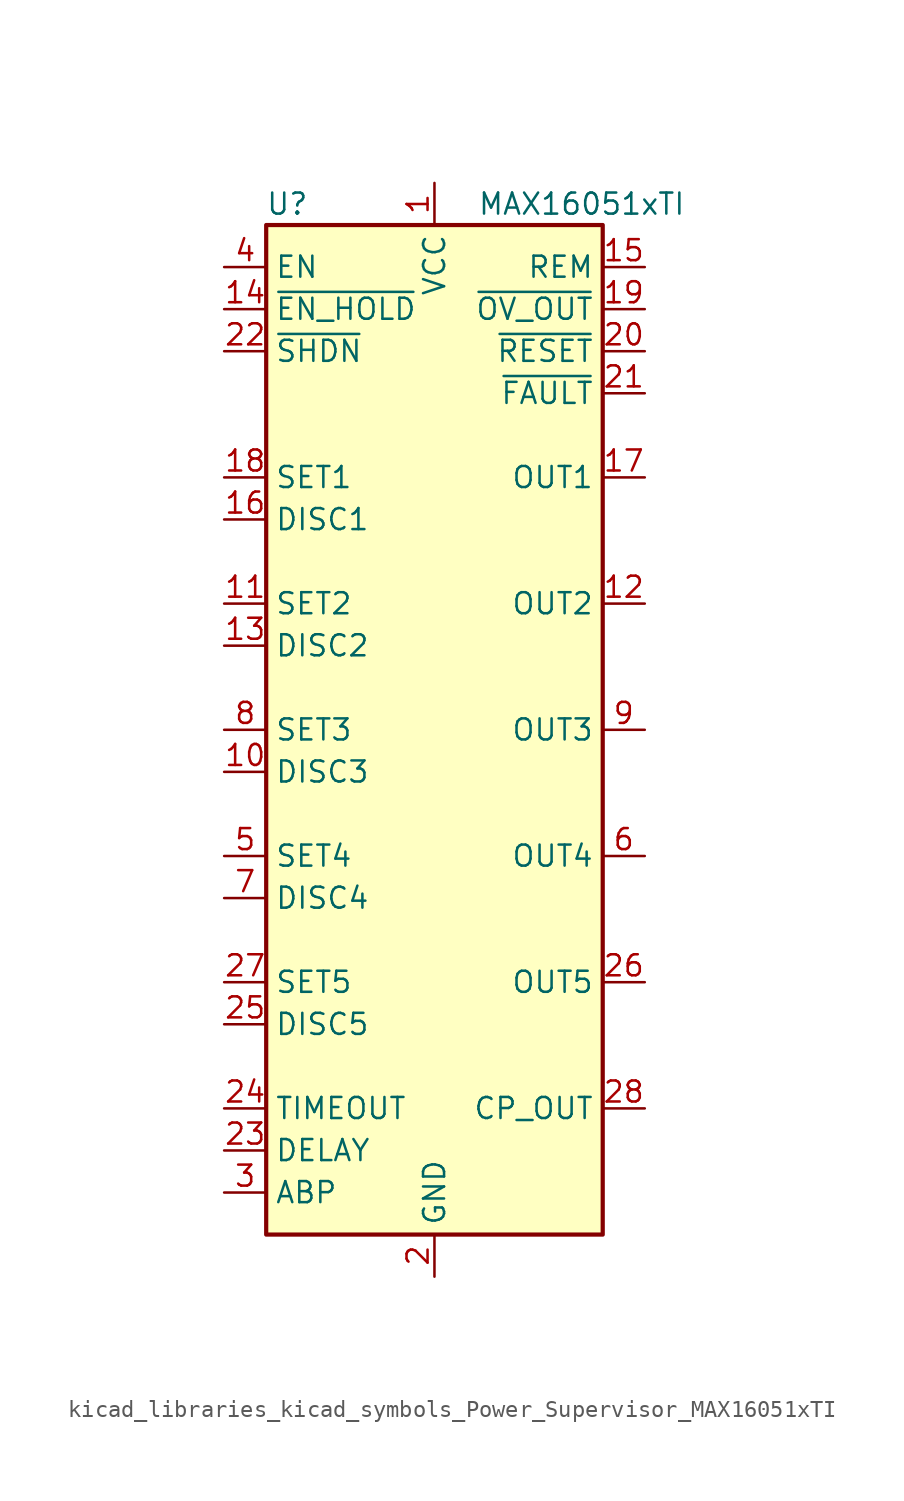
<source format=kicad_sym>
(kicad_symbol_lib
  (version 20220914)
  (generator kicad_symbol_editor)
  (symbol "kicad_libraries_kicad_symbols_Power_Supervisor_MAX16051xTI"
    (property "Reference" "U"
      (at -8.89 31.75 0)
      (effects (font (size 1.27 1.27))))
    (property "Value" "MAX16051xTI"
      (at 8.89 31.75 0)
      (effects (font (size 1.27 1.27))))
    (symbol "kicad_libraries_kicad_symbols_Power_Supervisor_MAX16051xTI_0_1"
      (rectangle (start -10.16 30.48) (end 10.16 -30.48) (stroke (width 0.254) (type default)) (fill (type background))))
    (symbol "kicad_libraries_kicad_symbols_Power_Supervisor_MAX16051xTI_1_1"
      (pin power_in line (at 0 33.02 270) (length 2.54) (name "VCC" (effects (font (size 1.27 1.27)))) (number "1" (effects (font (size 1.27 1.27)))))
      (pin input line (at -12.7 -2.54 0) (length 2.54) (name "DISC3" (effects (font (size 1.27 1.27)))) (number "10" (effects (font (size 1.27 1.27)))))
      (pin input line (at -12.7 7.62 0) (length 2.54) (name "SET2" (effects (font (size 1.27 1.27)))) (number "11" (effects (font (size 1.27 1.27)))))
      (pin open_collector line (at 12.7 7.62 180) (length 2.54) (name "OUT2" (effects (font (size 1.27 1.27)))) (number "12" (effects (font (size 1.27 1.27)))))
      (pin input line (at -12.7 5.08 0) (length 2.54) (name "DISC2" (effects (font (size 1.27 1.27)))) (number "13" (effects (font (size 1.27 1.27)))))
      (pin input line (at -12.7 25.4 0) (length 2.54) (name "~{EN_HOLD}" (effects (font (size 1.27 1.27)))) (number "14" (effects (font (size 1.27 1.27)))))
      (pin open_collector line (at 12.7 27.94 180) (length 2.54) (name "REM" (effects (font (size 1.27 1.27)))) (number "15" (effects (font (size 1.27 1.27)))))
      (pin input line (at -12.7 12.7 0) (length 2.54) (name "DISC1" (effects (font (size 1.27 1.27)))) (number "16" (effects (font (size 1.27 1.27)))))
      (pin open_collector line (at 12.7 15.24 180) (length 2.54) (name "OUT1" (effects (font (size 1.27 1.27)))) (number "17" (effects (font (size 1.27 1.27)))))
      (pin input line (at -12.7 15.24 0) (length 2.54) (name "SET1" (effects (font (size 1.27 1.27)))) (number "18" (effects (font (size 1.27 1.27)))))
      (pin open_collector line (at 12.7 25.4 180) (length 2.54) (name "~{OV_OUT}" (effects (font (size 1.27 1.27)))) (number "19" (effects (font (size 1.27 1.27)))))
      (pin power_in line (at 0 -33.02 90) (length 2.54) (name "GND" (effects (font (size 1.27 1.27)))) (number "2" (effects (font (size 1.27 1.27)))))
      (pin open_collector line (at 12.7 22.86 180) (length 2.54) (name "~{RESET}" (effects (font (size 1.27 1.27)))) (number "20" (effects (font (size 1.27 1.27)))))
      (pin bidirectional line (at 12.7 20.32 180) (length 2.54) (name "~{FAULT}" (effects (font (size 1.27 1.27)))) (number "21" (effects (font (size 1.27 1.27)))))
      (pin input line (at -12.7 22.86 0) (length 2.54) (name "~{SHDN}" (effects (font (size 1.27 1.27)))) (number "22" (effects (font (size 1.27 1.27)))))
      (pin passive line (at -12.7 -25.4 0) (length 2.54) (name "DELAY" (effects (font (size 1.27 1.27)))) (number "23" (effects (font (size 1.27 1.27)))))
      (pin passive line (at -12.7 -22.86 0) (length 2.54) (name "TIMEOUT" (effects (font (size 1.27 1.27)))) (number "24" (effects (font (size 1.27 1.27)))))
      (pin input line (at -12.7 -17.78 0) (length 2.54) (name "DISC5" (effects (font (size 1.27 1.27)))) (number "25" (effects (font (size 1.27 1.27)))))
      (pin open_collector line (at 12.7 -15.24 180) (length 2.54) (name "OUT5" (effects (font (size 1.27 1.27)))) (number "26" (effects (font (size 1.27 1.27)))))
      (pin input line (at -12.7 -15.24 0) (length 2.54) (name "SET5" (effects (font (size 1.27 1.27)))) (number "27" (effects (font (size 1.27 1.27)))))
      (pin power_out line (at 12.7 -22.86 180) (length 2.54) (name "CP_OUT" (effects (font (size 1.27 1.27)))) (number "28" (effects (font (size 1.27 1.27)))))
      (pin passive line (at 0 -33.02 90) (length 2.54) hide (name "GND" (effects (font (size 1.27 1.27)))) (number "29" (effects (font (size 1.27 1.27)))))
      (pin passive line (at -12.7 -27.94 0) (length 2.54) (name "ABP" (effects (font (size 1.27 1.27)))) (number "3" (effects (font (size 1.27 1.27)))))
      (pin input line (at -12.7 27.94 0) (length 2.54) (name "EN" (effects (font (size 1.27 1.27)))) (number "4" (effects (font (size 1.27 1.27)))))
      (pin input line (at -12.7 -7.62 0) (length 2.54) (name "SET4" (effects (font (size 1.27 1.27)))) (number "5" (effects (font (size 1.27 1.27)))))
      (pin open_collector line (at 12.7 -7.62 180) (length 2.54) (name "OUT4" (effects (font (size 1.27 1.27)))) (number "6" (effects (font (size 1.27 1.27)))))
      (pin input line (at -12.7 -10.16 0) (length 2.54) (name "DISC4" (effects (font (size 1.27 1.27)))) (number "7" (effects (font (size 1.27 1.27)))))
      (pin input line (at -12.7 0 0) (length 2.54) (name "SET3" (effects (font (size 1.27 1.27)))) (number "8" (effects (font (size 1.27 1.27)))))
      (pin open_collector line (at 12.7 0 180) (length 2.54) (name "OUT3" (effects (font (size 1.27 1.27)))) (number "9" (effects (font (size 1.27 1.27))))))))
</source>
